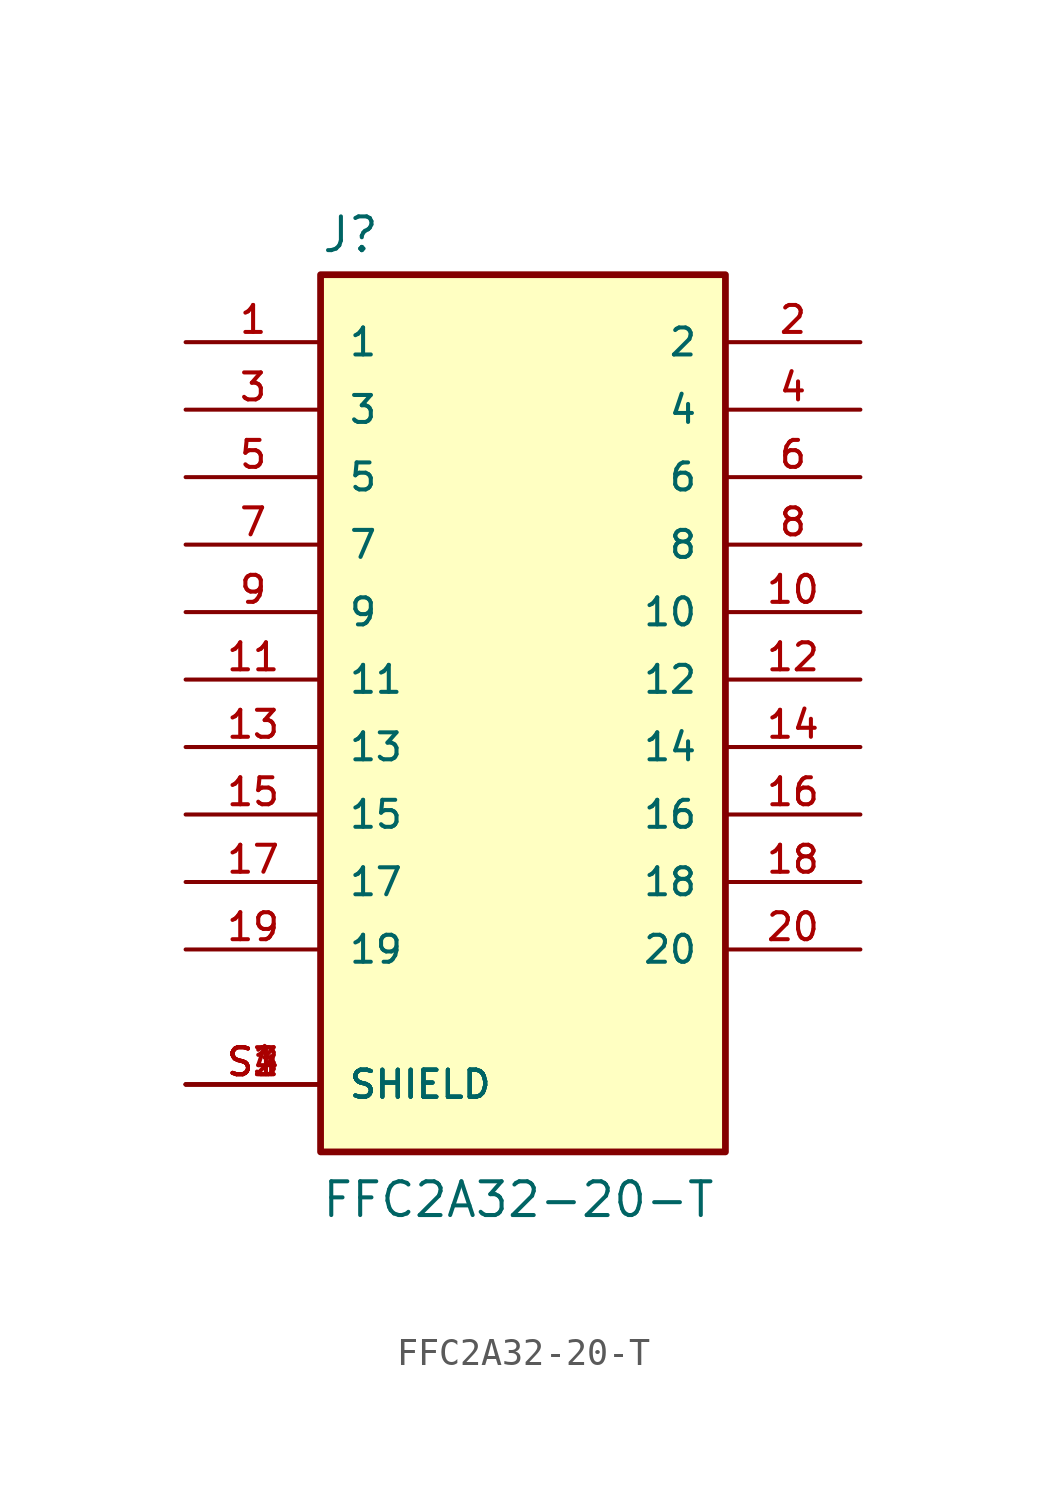
<source format=kicad_sym>
(kicad_symbol_lib
  (version 20211014)
  (generator kicad_symbol_editor)
  (symbol "FFC2A32-20-T"
    (pin_names
      (offset 1.016))
    (property "Reference" "J"
      (at -7.62 16.002 0)
      (effects (font (size 1.27 1.27)) (justify bottom left)))
    (property "Value" "FFC2A32-20-T"
      (at -7.62 -20.32 0)
      (effects (font (size 1.27 1.27)) (justify bottom left)))
    (symbol "FFC2A32-20-T_0_0"
      (rectangle (start -7.62 -17.78) (end 7.62 15.24) (stroke (width 0.254)) (fill (type background)))
      (pin passive line (at -12.7 12.7 0) (length 5.08) (name "1" (effects (font (size 1.016 1.016)))) (number "1" (effects (font (size 1.016 1.016)))))
      (pin passive line (at 12.7 12.7 180.0) (length 5.08) (name "2" (effects (font (size 1.016 1.016)))) (number "2" (effects (font (size 1.016 1.016)))))
      (pin passive line (at -12.7 10.16 0) (length 5.08) (name "3" (effects (font (size 1.016 1.016)))) (number "3" (effects (font (size 1.016 1.016)))))
      (pin passive line (at 12.7 10.16 180.0) (length 5.08) (name "4" (effects (font (size 1.016 1.016)))) (number "4" (effects (font (size 1.016 1.016)))))
      (pin passive line (at -12.7 -15.24 0) (length 5.08) (name "SHIELD" (effects (font (size 1.016 1.016)))) (number "S1" (effects (font (size 1.016 1.016)))))
      (pin passive line (at -12.7 -15.24 0) (length 5.08) (name "SHIELD" (effects (font (size 1.016 1.016)))) (number "S2" (effects (font (size 1.016 1.016)))))
      (pin passive line (at -12.7 -15.24 0) (length 5.08) (name "SHIELD" (effects (font (size 1.016 1.016)))) (number "S3" (effects (font (size 1.016 1.016)))))
      (pin passive line (at -12.7 -15.24 0) (length 5.08) (name "SHIELD" (effects (font (size 1.016 1.016)))) (number "S4" (effects (font (size 1.016 1.016)))))
      (pin passive line (at -12.7 7.62 0) (length 5.08) (name "5" (effects (font (size 1.016 1.016)))) (number "5" (effects (font (size 1.016 1.016)))))
      (pin passive line (at 12.7 7.62 180.0) (length 5.08) (name "6" (effects (font (size 1.016 1.016)))) (number "6" (effects (font (size 1.016 1.016)))))
      (pin passive line (at -12.7 5.08 0) (length 5.08) (name "7" (effects (font (size 1.016 1.016)))) (number "7" (effects (font (size 1.016 1.016)))))
      (pin passive line (at 12.7 5.08 180.0) (length 5.08) (name "8" (effects (font (size 1.016 1.016)))) (number "8" (effects (font (size 1.016 1.016)))))
      (pin passive line (at -12.7 2.54 0) (length 5.08) (name "9" (effects (font (size 1.016 1.016)))) (number "9" (effects (font (size 1.016 1.016)))))
      (pin passive line (at 12.7 2.54 180.0) (length 5.08) (name "10" (effects (font (size 1.016 1.016)))) (number "10" (effects (font (size 1.016 1.016)))))
      (pin passive line (at -12.7 0.0 0) (length 5.08) (name "11" (effects (font (size 1.016 1.016)))) (number "11" (effects (font (size 1.016 1.016)))))
      (pin passive line (at 12.7 0.0 180.0) (length 5.08) (name "12" (effects (font (size 1.016 1.016)))) (number "12" (effects (font (size 1.016 1.016)))))
      (pin passive line (at -12.7 -2.54 0) (length 5.08) (name "13" (effects (font (size 1.016 1.016)))) (number "13" (effects (font (size 1.016 1.016)))))
      (pin passive line (at 12.7 -2.54 180.0) (length 5.08) (name "14" (effects (font (size 1.016 1.016)))) (number "14" (effects (font (size 1.016 1.016)))))
      (pin passive line (at -12.7 -5.08 0) (length 5.08) (name "15" (effects (font (size 1.016 1.016)))) (number "15" (effects (font (size 1.016 1.016)))))
      (pin passive line (at 12.7 -5.08 180.0) (length 5.08) (name "16" (effects (font (size 1.016 1.016)))) (number "16" (effects (font (size 1.016 1.016)))))
      (pin passive line (at -12.7 -7.62 0) (length 5.08) (name "17" (effects (font (size 1.016 1.016)))) (number "17" (effects (font (size 1.016 1.016)))))
      (pin passive line (at 12.7 -7.62 180.0) (length 5.08) (name "18" (effects (font (size 1.016 1.016)))) (number "18" (effects (font (size 1.016 1.016)))))
      (pin passive line (at -12.7 -10.16 0) (length 5.08) (name "19" (effects (font (size 1.016 1.016)))) (number "19" (effects (font (size 1.016 1.016)))))
      (pin passive line (at 12.7 -10.16 180.0) (length 5.08) (name "20" (effects (font (size 1.016 1.016)))) (number "20" (effects (font (size 1.016 1.016))))))))
</source>
